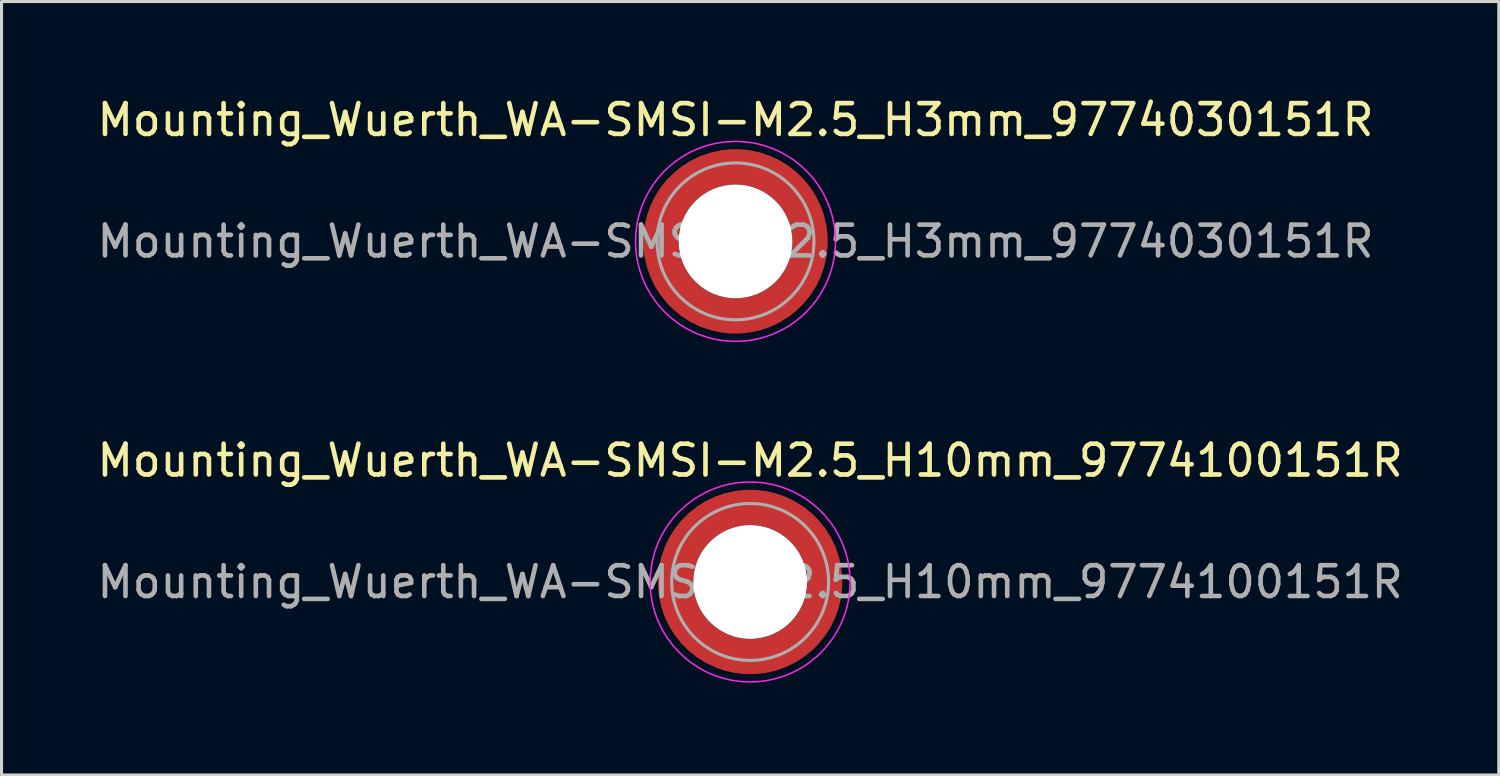
<source format=kicad_pcb>
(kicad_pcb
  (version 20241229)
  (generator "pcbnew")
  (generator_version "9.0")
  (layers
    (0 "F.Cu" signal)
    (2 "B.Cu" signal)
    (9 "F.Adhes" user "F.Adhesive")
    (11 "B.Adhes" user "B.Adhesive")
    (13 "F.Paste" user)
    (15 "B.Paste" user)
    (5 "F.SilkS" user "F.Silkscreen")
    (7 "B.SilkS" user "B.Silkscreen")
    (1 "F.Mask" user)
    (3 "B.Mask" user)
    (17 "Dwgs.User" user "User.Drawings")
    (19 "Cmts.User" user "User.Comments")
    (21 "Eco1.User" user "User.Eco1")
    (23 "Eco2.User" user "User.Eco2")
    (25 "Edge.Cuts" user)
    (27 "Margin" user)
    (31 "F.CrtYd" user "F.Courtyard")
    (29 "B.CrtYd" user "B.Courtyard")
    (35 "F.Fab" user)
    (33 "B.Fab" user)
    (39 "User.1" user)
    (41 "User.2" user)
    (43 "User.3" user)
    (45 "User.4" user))
  (footprint "Mounting_Wuerth_WA-SMSI-M2.5_H3mm_9774030151R"
    (layer "F.Cu")
    (at 20.863 4.798)
    (property "Reference" "Mounting_Wuerth_WA-SMSI-M2.5_H3mm_9774030151R" (at 0 -3.95 0) (layer "F.SilkS") (effects (font (size 1 1) (thickness 0.15))))
    (attr smd allow_soldermask_bridges)
    (fp_circle (center 0 0) (end 3.25 0) (stroke (width 0.05) (type solid)) (fill no) (layer "F.CrtYd"))
    (fp_circle (center 0 0) (end 2.55 0) (stroke (width 0.1) (type solid)) (fill no) (layer "F.Fab"))
    (fp_text user "${REFERENCE}" (at 0 0 0) (layer "F.Fab") (effects (font (size 1 1) (thickness 0.15))))
    (pad "" smd custom (at -1.704 -1.704) (size 0.51 0.51) (layers "F.Paste") (options (anchor circle)) (primitives (gr_arc (start -0.250195 1.279127) (mid 0.289914 0.289914) (end 1.279127 -0.250195) (width 0.2)) (gr_arc (start -0.34334 1.279127) (mid 0.225488 0.225488) (end 1.279127 -0.34334) (width 0.2)) (gr_arc (start -0.436309 1.279127) (mid 0.161063 0.161063) (end 1.279127 -0.436309) (width 0.2)) (gr_arc (start -0.529126 1.279127) (mid 0.096638 0.096638) (end 1.279127 -0.529126) (width 0.2)) (gr_arc (start -0.621807 1.279127) (mid 0.032213 0.032213) (end 1.279127 -0.621807) (width 0.2)) (gr_arc (start -0.71437 1.279127) (mid -0.032213 -0.032213) (end 1.279127 -0.71437) (width 0.2)) (gr_arc (start -0.806826 1.279127) (mid -0.096638 -0.096638) (end 1.279127 -0.806826) (width 0.2)) (gr_arc (start -0.899187 1.279127) (mid -0.161063 -0.161063) (end 1.279127 -0.899187) (width 0.2)) (gr_arc (start -0.991463 1.279127) (mid -0.225488 -0.225488) (end 1.279127 -0.991463) (width 0.2)) (gr_arc (start -1.083663 1.279127) (mid -0.289914 -0.289914) (end 1.279127 -1.083663) (width 0.2)) (gr_line (start 1.279 -0.25) (end 1.279 -1.084) (width 0.2)) (gr_line (start -0.25 1.279) (end -1.084 1.279) (width 0.2))))
    (pad "" smd custom (at -1.704 1.704) (size 0.51 0.51) (layers "F.Paste") (options (anchor circle)) (primitives (gr_arc (start 1.279127 0.250195) (mid 0.289914 -0.289914) (end -0.250195 -1.279127) (width 0.2)) (gr_arc (start 1.279127 0.34334) (mid 0.225488 -0.225488) (end -0.34334 -1.279127) (width 0.2)) (gr_arc (start 1.279127 0.436309) (mid 0.161063 -0.161063) (end -0.436309 -1.279127) (width 0.2)) (gr_arc (start 1.279127 0.529126) (mid 0.096638 -0.096638) (end -0.529126 -1.279127) (width 0.2)) (gr_arc (start 1.279127 0.621807) (mid 0.032213 -0.032213) (end -0.621807 -1.279127) (width 0.2)) (gr_arc (start 1.279127 0.71437) (mid -0.032213 0.032213) (end -0.71437 -1.279127) (width 0.2)) (gr_arc (start 1.279127 0.806826) (mid -0.096638 0.096638) (end -0.806826 -1.279127) (width 0.2)) (gr_arc (start 1.279127 0.899187) (mid -0.161063 0.161063) (end -0.899187 -1.279127) (width 0.2)) (gr_arc (start 1.279127 0.991463) (mid -0.225488 0.225488) (end -0.991463 -1.279127) (width 0.2)) (gr_arc (start 1.279127 1.083663) (mid -0.289914 0.289914) (end -1.083663 -1.279127) (width 0.2)) (gr_line (start -0.25 -1.279) (end -1.084 -1.279) (width 0.2)) (gr_line (start 1.279 0.25) (end 1.279 1.084) (width 0.2))))
    (pad "" np_thru_hole circle (at 0 0) (size 3.7 3.7) (drill 3.7) (layers "*.Cu" "*.Mask"))
    (pad "" smd custom (at 1.704 -1.704) (size 0.51 0.51) (layers "F.Paste") (options (anchor circle)) (primitives (gr_arc (start -1.279127 -0.250195) (mid -0.289914 0.289914) (end 0.250195 1.279127) (width 0.2)) (gr_arc (start -1.279127 -0.34334) (mid -0.225488 0.225488) (end 0.34334 1.279127) (width 0.2)) (gr_arc (start -1.279127 -0.436309) (mid -0.161063 0.161063) (end 0.436309 1.279127) (width 0.2)) (gr_arc (start -1.279127 -0.529126) (mid -0.096638 0.096638) (end 0.529126 1.279127) (width 0.2)) (gr_arc (start -1.279127 -0.621807) (mid -0.032213 0.032213) (end 0.621807 1.279127) (width 0.2)) (gr_arc (start -1.279127 -0.71437) (mid 0.032213 -0.032213) (end 0.71437 1.279127) (width 0.2)) (gr_arc (start -1.279127 -0.806826) (mid 0.096638 -0.096638) (end 0.806826 1.279127) (width 0.2)) (gr_arc (start -1.279127 -0.899187) (mid 0.161063 -0.161063) (end 0.899187 1.279127) (width 0.2)) (gr_arc (start -1.279127 -0.991463) (mid 0.225488 -0.225488) (end 0.991463 1.279127) (width 0.2)) (gr_arc (start -1.279127 -1.083663) (mid 0.289914 -0.289914) (end 1.083663 1.279127) (width 0.2)) (gr_line (start 0.25 1.279) (end 1.084 1.279) (width 0.2)) (gr_line (start -1.279 -0.25) (end -1.279 -1.084) (width 0.2))))
    (pad "" smd custom (at 1.704 1.704) (size 0.51 0.51) (layers "F.Paste") (options (anchor circle)) (primitives (gr_arc (start 0.250195 -1.279127) (mid -0.289914 -0.289914) (end -1.279127 0.250195) (width 0.2)) (gr_arc (start 0.34334 -1.279127) (mid -0.225488 -0.225488) (end -1.279127 0.34334) (width 0.2)) (gr_arc (start 0.436309 -1.279127) (mid -0.161063 -0.161063) (end -1.279127 0.436309) (width 0.2)) (gr_arc (start 0.529126 -1.279127) (mid -0.096638 -0.096638) (end -1.279127 0.529126) (width 0.2)) (gr_arc (start 0.621807 -1.279127) (mid -0.032213 -0.032213) (end -1.279127 0.621807) (width 0.2)) (gr_arc (start 0.71437 -1.279127) (mid 0.032213 0.032213) (end -1.279127 0.71437) (width 0.2)) (gr_arc (start 0.806826 -1.279127) (mid 0.096638 0.096638) (end -1.279127 0.806826) (width 0.2)) (gr_arc (start 0.899187 -1.279127) (mid 0.161063 0.161063) (end -1.279127 0.899187) (width 0.2)) (gr_arc (start 0.991463 -1.279127) (mid 0.225488 0.225488) (end -1.279127 0.991463) (width 0.2)) (gr_arc (start 1.083663 -1.279127) (mid 0.289914 0.289914) (end -1.279127 1.083663) (width 0.2)) (gr_line (start -1.279 0.25) (end -1.279 1.084) (width 0.2)) (gr_line (start 0.25 -1.279) (end 1.084 -1.279) (width 0.2))))
    (pad "1" smd circle (at -2.425 0) (size 0.642 0.642) (layers "F.Cu"))
    (pad "1" smd circle (at 0 -2.425) (size 0.642 0.642) (layers "F.Cu"))
    (pad "1" smd circle (at 0 2.425) (size 0.642 0.642) (layers "F.Cu"))
    (pad "1" smd custom (at 2.425 0) (size 1.15 1.15) (layers "F.Cu" "F.Mask") (options (anchor circle)) (primitives (gr_circle (center -2.425 0) (end 0 0) (width 1.15) (fill no)))))
  (footprint "Mounting_Wuerth_WA-SMSI-M2.5_H10mm_9774100151R"
    (layer "F.Cu")
    (at 21.339 15.871)
    (property "Reference" "Mounting_Wuerth_WA-SMSI-M2.5_H10mm_9774100151R" (at 0 -3.95 0) (layer "F.SilkS") (effects (font (size 1 1) (thickness 0.15))))
    (attr smd allow_soldermask_bridges)
    (fp_circle (center 0 0) (end 3.25 0) (stroke (width 0.05) (type solid)) (fill no) (layer "F.CrtYd"))
    (fp_circle (center 0 0) (end 2.55 0) (stroke (width 0.1) (type solid)) (fill no) (layer "F.Fab"))
    (fp_text user "${REFERENCE}" (at 0 0 0) (layer "F.Fab") (effects (font (size 1 1) (thickness 0.15))))
    (pad "" smd custom (at -1.704 -1.704) (size 0.51 0.51) (layers "F.Paste") (options (anchor circle)) (primitives (gr_arc (start -0.250195 1.279127) (mid 0.289914 0.289914) (end 1.279127 -0.250195) (width 0.2)) (gr_arc (start -0.34334 1.279127) (mid 0.225488 0.225488) (end 1.279127 -0.34334) (width 0.2)) (gr_arc (start -0.436309 1.279127) (mid 0.161063 0.161063) (end 1.279127 -0.436309) (width 0.2)) (gr_arc (start -0.529126 1.279127) (mid 0.096638 0.096638) (end 1.279127 -0.529126) (width 0.2)) (gr_arc (start -0.621807 1.279127) (mid 0.032213 0.032213) (end 1.279127 -0.621807) (width 0.2)) (gr_arc (start -0.71437 1.279127) (mid -0.032213 -0.032213) (end 1.279127 -0.71437) (width 0.2)) (gr_arc (start -0.806826 1.279127) (mid -0.096638 -0.096638) (end 1.279127 -0.806826) (width 0.2)) (gr_arc (start -0.899187 1.279127) (mid -0.161063 -0.161063) (end 1.279127 -0.899187) (width 0.2)) (gr_arc (start -0.991463 1.279127) (mid -0.225488 -0.225488) (end 1.279127 -0.991463) (width 0.2)) (gr_arc (start -1.083663 1.279127) (mid -0.289914 -0.289914) (end 1.279127 -1.083663) (width 0.2)) (gr_line (start 1.279 -0.25) (end 1.279 -1.084) (width 0.2)) (gr_line (start -0.25 1.279) (end -1.084 1.279) (width 0.2))))
    (pad "" smd custom (at -1.704 1.704) (size 0.51 0.51) (layers "F.Paste") (options (anchor circle)) (primitives (gr_arc (start 1.279127 0.250195) (mid 0.289914 -0.289914) (end -0.250195 -1.279127) (width 0.2)) (gr_arc (start 1.279127 0.34334) (mid 0.225488 -0.225488) (end -0.34334 -1.279127) (width 0.2)) (gr_arc (start 1.279127 0.436309) (mid 0.161063 -0.161063) (end -0.436309 -1.279127) (width 0.2)) (gr_arc (start 1.279127 0.529126) (mid 0.096638 -0.096638) (end -0.529126 -1.279127) (width 0.2)) (gr_arc (start 1.279127 0.621807) (mid 0.032213 -0.032213) (end -0.621807 -1.279127) (width 0.2)) (gr_arc (start 1.279127 0.71437) (mid -0.032213 0.032213) (end -0.71437 -1.279127) (width 0.2)) (gr_arc (start 1.279127 0.806826) (mid -0.096638 0.096638) (end -0.806826 -1.279127) (width 0.2)) (gr_arc (start 1.279127 0.899187) (mid -0.161063 0.161063) (end -0.899187 -1.279127) (width 0.2)) (gr_arc (start 1.279127 0.991463) (mid -0.225488 0.225488) (end -0.991463 -1.279127) (width 0.2)) (gr_arc (start 1.279127 1.083663) (mid -0.289914 0.289914) (end -1.083663 -1.279127) (width 0.2)) (gr_line (start -0.25 -1.279) (end -1.084 -1.279) (width 0.2)) (gr_line (start 1.279 0.25) (end 1.279 1.084) (width 0.2))))
    (pad "" np_thru_hole circle (at 0 0) (size 3.7 3.7) (drill 3.7) (layers "*.Cu" "*.Mask"))
    (pad "" smd custom (at 1.704 -1.704) (size 0.51 0.51) (layers "F.Paste") (options (anchor circle)) (primitives (gr_arc (start -1.279127 -0.250195) (mid -0.289914 0.289914) (end 0.250195 1.279127) (width 0.2)) (gr_arc (start -1.279127 -0.34334) (mid -0.225488 0.225488) (end 0.34334 1.279127) (width 0.2)) (gr_arc (start -1.279127 -0.436309) (mid -0.161063 0.161063) (end 0.436309 1.279127) (width 0.2)) (gr_arc (start -1.279127 -0.529126) (mid -0.096638 0.096638) (end 0.529126 1.279127) (width 0.2)) (gr_arc (start -1.279127 -0.621807) (mid -0.032213 0.032213) (end 0.621807 1.279127) (width 0.2)) (gr_arc (start -1.279127 -0.71437) (mid 0.032213 -0.032213) (end 0.71437 1.279127) (width 0.2)) (gr_arc (start -1.279127 -0.806826) (mid 0.096638 -0.096638) (end 0.806826 1.279127) (width 0.2)) (gr_arc (start -1.279127 -0.899187) (mid 0.161063 -0.161063) (end 0.899187 1.279127) (width 0.2)) (gr_arc (start -1.279127 -0.991463) (mid 0.225488 -0.225488) (end 0.991463 1.279127) (width 0.2)) (gr_arc (start -1.279127 -1.083663) (mid 0.289914 -0.289914) (end 1.083663 1.279127) (width 0.2)) (gr_line (start 0.25 1.279) (end 1.084 1.279) (width 0.2)) (gr_line (start -1.279 -0.25) (end -1.279 -1.084) (width 0.2))))
    (pad "" smd custom (at 1.704 1.704) (size 0.51 0.51) (layers "F.Paste") (options (anchor circle)) (primitives (gr_arc (start 0.250195 -1.279127) (mid -0.289914 -0.289914) (end -1.279127 0.250195) (width 0.2)) (gr_arc (start 0.34334 -1.279127) (mid -0.225488 -0.225488) (end -1.279127 0.34334) (width 0.2)) (gr_arc (start 0.436309 -1.279127) (mid -0.161063 -0.161063) (end -1.279127 0.436309) (width 0.2)) (gr_arc (start 0.529126 -1.279127) (mid -0.096638 -0.096638) (end -1.279127 0.529126) (width 0.2)) (gr_arc (start 0.621807 -1.279127) (mid -0.032213 -0.032213) (end -1.279127 0.621807) (width 0.2)) (gr_arc (start 0.71437 -1.279127) (mid 0.032213 0.032213) (end -1.279127 0.71437) (width 0.2)) (gr_arc (start 0.806826 -1.279127) (mid 0.096638 0.096638) (end -1.279127 0.806826) (width 0.2)) (gr_arc (start 0.899187 -1.279127) (mid 0.161063 0.161063) (end -1.279127 0.899187) (width 0.2)) (gr_arc (start 0.991463 -1.279127) (mid 0.225488 0.225488) (end -1.279127 0.991463) (width 0.2)) (gr_arc (start 1.083663 -1.279127) (mid 0.289914 0.289914) (end -1.279127 1.083663) (width 0.2)) (gr_line (start -1.279 0.25) (end -1.279 1.084) (width 0.2)) (gr_line (start 0.25 -1.279) (end 1.084 -1.279) (width 0.2))))
    (pad "1" smd circle (at -2.425 0) (size 0.642 0.642) (layers "F.Cu"))
    (pad "1" smd circle (at 0 -2.425) (size 0.642 0.642) (layers "F.Cu"))
    (pad "1" smd circle (at 0 2.425) (size 0.642 0.642) (layers "F.Cu"))
    (pad "1" smd custom (at 2.425 0) (size 1.15 1.15) (layers "F.Cu" "F.Mask") (options (anchor circle)) (primitives (gr_circle (center -2.425 0) (end 0 0) (width 1.15) (fill no)))))
  (gr_rect
    (start -3 -3)
    (end 45.679 22.146)
    (stroke (width 0.1) (type default))
    (fill no)
    (layer "Edge.Cuts")))
</source>
